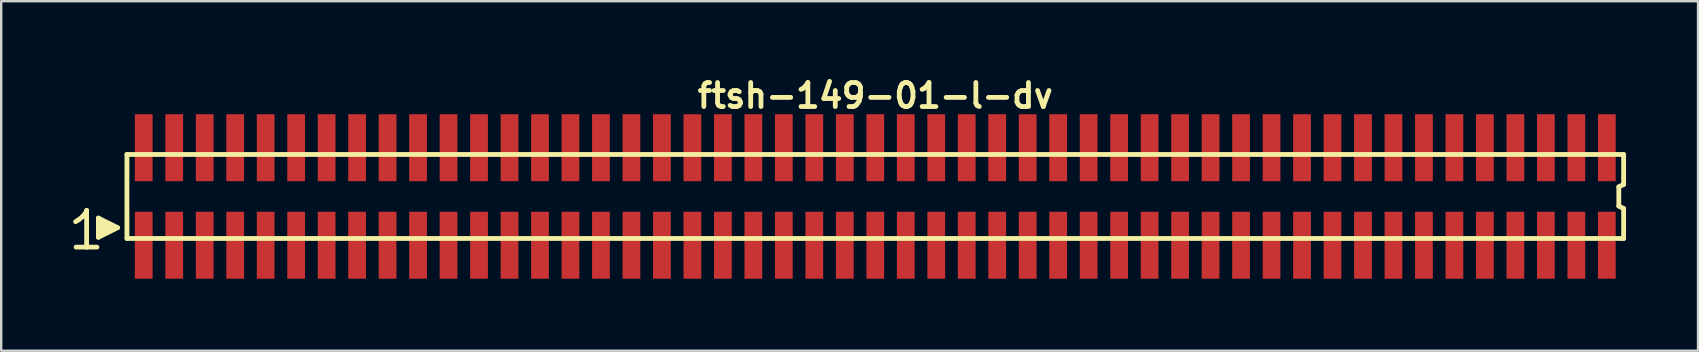
<source format=kicad_pcb>
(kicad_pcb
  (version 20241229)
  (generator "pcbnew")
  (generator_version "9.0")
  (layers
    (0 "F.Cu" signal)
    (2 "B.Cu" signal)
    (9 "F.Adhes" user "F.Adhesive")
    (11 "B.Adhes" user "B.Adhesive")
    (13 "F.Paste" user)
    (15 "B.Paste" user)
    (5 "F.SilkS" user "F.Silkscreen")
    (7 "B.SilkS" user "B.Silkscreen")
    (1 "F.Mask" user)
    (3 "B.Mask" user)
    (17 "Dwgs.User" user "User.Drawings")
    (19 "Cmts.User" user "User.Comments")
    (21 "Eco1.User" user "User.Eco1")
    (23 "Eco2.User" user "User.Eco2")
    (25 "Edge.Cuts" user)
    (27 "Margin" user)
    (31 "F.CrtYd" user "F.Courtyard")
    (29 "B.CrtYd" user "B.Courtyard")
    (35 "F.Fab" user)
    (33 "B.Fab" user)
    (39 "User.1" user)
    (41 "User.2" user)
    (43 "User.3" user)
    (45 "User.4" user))
  (footprint "ftsh-149-01-l-dv"
    (layer "F.Cu")
    (at 33.419 5.136)
    (property "Reference" "ftsh-149-01-l-dv" (at 0 -4.2 0) (layer "F.SilkS") (effects (font (size 1 1) (thickness 0.2))))
    (attr through_hole)
    (fp_line (start -33.32 1.05) (end -33.19 0.97) (stroke (width 0.198) (type solid)) (layer "F.SilkS"))
    (fp_line (start -33.19 0.97) (end -33.03 0.84) (stroke (width 0.198) (type solid)) (layer "F.SilkS"))
    (fp_line (start -33.03 0.84) (end -32.89 0.67) (stroke (width 0.198) (type solid)) (layer "F.SilkS"))
    (fp_line (start -32.89 0.67) (end -32.86 0.58) (stroke (width 0.198) (type solid)) (layer "F.SilkS"))
    (fp_line (start -32.86 0.58) (end -32.86 2.11) (stroke (width 0.198) (type solid)) (layer "F.SilkS"))
    (fp_line (start -32.86 2.11) (end -33.3 2.11) (stroke (width 0.198) (type solid)) (layer "F.SilkS"))
    (fp_line (start -32.43 2.11) (end -32.87 2.11) (stroke (width 0.198) (type solid)) (layer "F.SilkS"))
    (fp_line (start -32.37 0.9) (end -31.57 1.3) (stroke (width 0.198) (type solid)) (layer "F.SilkS"))
    (fp_line (start -32.37 1.7) (end -32.37 0.9) (stroke (width 0.198) (type solid)) (layer "F.SilkS"))
    (fp_line (start -32.27 1.6) (end -32.27 1) (stroke (width 0.198) (type solid)) (layer "F.SilkS"))
    (fp_line (start -32.17 1.1) (end -32.17 1.5) (stroke (width 0.198) (type solid)) (layer "F.SilkS"))
    (fp_line (start -32.07 1.5) (end -32.07 1.1) (stroke (width 0.198) (type solid)) (layer "F.SilkS"))
    (fp_line (start -31.97 1.2) (end -31.97 1.4) (stroke (width 0.198) (type solid)) (layer "F.SilkS"))
    (fp_line (start -31.87 1.4) (end -31.87 1.2) (stroke (width 0.198) (type solid)) (layer "F.SilkS"))
    (fp_line (start -31.57 1.3) (end -32.37 1.7) (stroke (width 0.198) (type solid)) (layer "F.SilkS"))
    (fp_line (start -31.18 -1.75) (end -31.18 1.75) (stroke (width 0.2) (type solid)) (layer "F.SilkS"))
    (fp_line (start -31.18 -1.75) (end 31.18 -1.75) (stroke (width 0.2) (type solid)) (layer "F.SilkS"))
    (fp_line (start -31.18 1.75) (end 31.18 1.75) (stroke (width 0.2) (type solid)) (layer "F.SilkS"))
    (fp_line (start 30.98 -0.4) (end 30.98 0.4) (stroke (width 0.2) (type solid)) (layer "F.SilkS"))
    (fp_line (start 30.98 -0.4) (end 31.18 -0.5) (stroke (width 0.2) (type solid)) (layer "F.SilkS"))
    (fp_line (start 30.98 0.4) (end 31.18 0.5) (stroke (width 0.2) (type solid)) (layer "F.SilkS"))
    (fp_line (start 31.18 -0.5) (end 31.18 -1.75) (stroke (width 0.2) (type solid)) (layer "F.SilkS"))
    (fp_line (start 31.18 0.5) (end 31.18 1.75) (stroke (width 0.2) (type solid)) (layer "F.SilkS"))
    (pad "1" smd rect (at -30.48 2.032) (size 0.74 2.79) (layers "F.Cu" "F.Mask" "F.Paste"))
    (pad "2" smd rect (at -30.48 -2.032) (size 0.74 2.79) (layers "F.Cu" "F.Mask" "F.Paste"))
    (pad "3" smd rect (at -29.21 2.032) (size 0.74 2.79) (layers "F.Cu" "F.Mask" "F.Paste"))
    (pad "4" smd rect (at -29.21 -2.032) (size 0.74 2.79) (layers "F.Cu" "F.Mask" "F.Paste"))
    (pad "5" smd rect (at -27.94 2.032) (size 0.74 2.79) (layers "F.Cu" "F.Mask" "F.Paste"))
    (pad "6" smd rect (at -27.94 -2.032) (size 0.74 2.79) (layers "F.Cu" "F.Mask" "F.Paste"))
    (pad "7" smd rect (at -26.67 2.032) (size 0.74 2.79) (layers "F.Cu" "F.Mask" "F.Paste"))
    (pad "8" smd rect (at -26.67 -2.032) (size 0.74 2.79) (layers "F.Cu" "F.Mask" "F.Paste"))
    (pad "9" smd rect (at -25.4 2.032) (size 0.74 2.79) (layers "F.Cu" "F.Mask" "F.Paste"))
    (pad "10" smd rect (at -25.4 -2.032) (size 0.74 2.79) (layers "F.Cu" "F.Mask" "F.Paste"))
    (pad "11" smd rect (at -24.13 2.032) (size 0.74 2.79) (layers "F.Cu" "F.Mask" "F.Paste"))
    (pad "12" smd rect (at -24.13 -2.032) (size 0.74 2.79) (layers "F.Cu" "F.Mask" "F.Paste"))
    (pad "13" smd rect (at -22.86 2.032) (size 0.74 2.79) (layers "F.Cu" "F.Mask" "F.Paste"))
    (pad "14" smd rect (at -22.86 -2.032) (size 0.74 2.79) (layers "F.Cu" "F.Mask" "F.Paste"))
    (pad "15" smd rect (at -21.59 2.032) (size 0.74 2.79) (layers "F.Cu" "F.Mask" "F.Paste"))
    (pad "16" smd rect (at -21.59 -2.032) (size 0.74 2.79) (layers "F.Cu" "F.Mask" "F.Paste"))
    (pad "17" smd rect (at -20.32 2.032) (size 0.74 2.79) (layers "F.Cu" "F.Mask" "F.Paste"))
    (pad "18" smd rect (at -20.32 -2.032) (size 0.74 2.79) (layers "F.Cu" "F.Mask" "F.Paste"))
    (pad "19" smd rect (at -19.05 2.032) (size 0.74 2.79) (layers "F.Cu" "F.Mask" "F.Paste"))
    (pad "20" smd rect (at -19.05 -2.032) (size 0.74 2.79) (layers "F.Cu" "F.Mask" "F.Paste"))
    (pad "21" smd rect (at -17.78 2.032) (size 0.74 2.79) (layers "F.Cu" "F.Mask" "F.Paste"))
    (pad "22" smd rect (at -17.78 -2.032) (size 0.74 2.79) (layers "F.Cu" "F.Mask" "F.Paste"))
    (pad "23" smd rect (at -16.51 2.032) (size 0.74 2.79) (layers "F.Cu" "F.Mask" "F.Paste"))
    (pad "24" smd rect (at -16.51 -2.032) (size 0.74 2.79) (layers "F.Cu" "F.Mask" "F.Paste"))
    (pad "25" smd rect (at -15.24 2.032) (size 0.74 2.79) (layers "F.Cu" "F.Mask" "F.Paste"))
    (pad "26" smd rect (at -15.24 -2.032) (size 0.74 2.79) (layers "F.Cu" "F.Mask" "F.Paste"))
    (pad "27" smd rect (at -13.97 2.032) (size 0.74 2.79) (layers "F.Cu" "F.Mask" "F.Paste"))
    (pad "28" smd rect (at -13.97 -2.032) (size 0.74 2.79) (layers "F.Cu" "F.Mask" "F.Paste"))
    (pad "29" smd rect (at -12.7 2.032) (size 0.74 2.79) (layers "F.Cu" "F.Mask" "F.Paste"))
    (pad "30" smd rect (at -12.7 -2.032) (size 0.74 2.79) (layers "F.Cu" "F.Mask" "F.Paste"))
    (pad "31" smd rect (at -11.43 2.032) (size 0.74 2.79) (layers "F.Cu" "F.Mask" "F.Paste"))
    (pad "32" smd rect (at -11.43 -2.032) (size 0.74 2.79) (layers "F.Cu" "F.Mask" "F.Paste"))
    (pad "33" smd rect (at -10.16 2.032) (size 0.74 2.79) (layers "F.Cu" "F.Mask" "F.Paste"))
    (pad "34" smd rect (at -10.16 -2.032) (size 0.74 2.79) (layers "F.Cu" "F.Mask" "F.Paste"))
    (pad "35" smd rect (at -8.89 2.032) (size 0.74 2.79) (layers "F.Cu" "F.Mask" "F.Paste"))
    (pad "36" smd rect (at -8.89 -2.032) (size 0.74 2.79) (layers "F.Cu" "F.Mask" "F.Paste"))
    (pad "37" smd rect (at -7.62 2.032) (size 0.74 2.79) (layers "F.Cu" "F.Mask" "F.Paste"))
    (pad "38" smd rect (at -7.62 -2.032) (size 0.74 2.79) (layers "F.Cu" "F.Mask" "F.Paste"))
    (pad "39" smd rect (at -6.35 2.032) (size 0.74 2.79) (layers "F.Cu" "F.Mask" "F.Paste"))
    (pad "40" smd rect (at -6.35 -2.032) (size 0.74 2.79) (layers "F.Cu" "F.Mask" "F.Paste"))
    (pad "41" smd rect (at -5.08 2.032) (size 0.74 2.79) (layers "F.Cu" "F.Mask" "F.Paste"))
    (pad "42" smd rect (at -5.08 -2.032) (size 0.74 2.79) (layers "F.Cu" "F.Mask" "F.Paste"))
    (pad "43" smd rect (at -3.81 2.032) (size 0.74 2.79) (layers "F.Cu" "F.Mask" "F.Paste"))
    (pad "44" smd rect (at -3.81 -2.032) (size 0.74 2.79) (layers "F.Cu" "F.Mask" "F.Paste"))
    (pad "45" smd rect (at -2.54 2.032) (size 0.74 2.79) (layers "F.Cu" "F.Mask" "F.Paste"))
    (pad "46" smd rect (at -2.54 -2.032) (size 0.74 2.79) (layers "F.Cu" "F.Mask" "F.Paste"))
    (pad "47" smd rect (at -1.27 2.032) (size 0.74 2.79) (layers "F.Cu" "F.Mask" "F.Paste"))
    (pad "48" smd rect (at -1.27 -2.032) (size 0.74 2.79) (layers "F.Cu" "F.Mask" "F.Paste"))
    (pad "49" smd rect (at 0 2.032) (size 0.74 2.79) (layers "F.Cu" "F.Mask" "F.Paste"))
    (pad "50" smd rect (at 0 -2.032) (size 0.74 2.79) (layers "F.Cu" "F.Mask" "F.Paste"))
    (pad "51" smd rect (at 1.27 2.032) (size 0.74 2.79) (layers "F.Cu" "F.Mask" "F.Paste"))
    (pad "52" smd rect (at 1.27 -2.032) (size 0.74 2.79) (layers "F.Cu" "F.Mask" "F.Paste"))
    (pad "53" smd rect (at 2.54 2.032) (size 0.74 2.79) (layers "F.Cu" "F.Mask" "F.Paste"))
    (pad "54" smd rect (at 2.54 -2.032) (size 0.74 2.79) (layers "F.Cu" "F.Mask" "F.Paste"))
    (pad "55" smd rect (at 3.81 2.032) (size 0.74 2.79) (layers "F.Cu" "F.Mask" "F.Paste"))
    (pad "56" smd rect (at 3.81 -2.032) (size 0.74 2.79) (layers "F.Cu" "F.Mask" "F.Paste"))
    (pad "57" smd rect (at 5.08 2.032) (size 0.74 2.79) (layers "F.Cu" "F.Mask" "F.Paste"))
    (pad "58" smd rect (at 5.08 -2.032) (size 0.74 2.79) (layers "F.Cu" "F.Mask" "F.Paste"))
    (pad "59" smd rect (at 6.35 2.032) (size 0.74 2.79) (layers "F.Cu" "F.Mask" "F.Paste"))
    (pad "60" smd rect (at 6.35 -2.032) (size 0.74 2.79) (layers "F.Cu" "F.Mask" "F.Paste"))
    (pad "61" smd rect (at 7.62 2.032) (size 0.74 2.79) (layers "F.Cu" "F.Mask" "F.Paste"))
    (pad "62" smd rect (at 7.62 -2.032) (size 0.74 2.79) (layers "F.Cu" "F.Mask" "F.Paste"))
    (pad "63" smd rect (at 8.89 2.032) (size 0.74 2.79) (layers "F.Cu" "F.Mask" "F.Paste"))
    (pad "64" smd rect (at 8.89 -2.032) (size 0.74 2.79) (layers "F.Cu" "F.Mask" "F.Paste"))
    (pad "65" smd rect (at 10.16 2.032) (size 0.74 2.79) (layers "F.Cu" "F.Mask" "F.Paste"))
    (pad "66" smd rect (at 10.16 -2.032) (size 0.74 2.79) (layers "F.Cu" "F.Mask" "F.Paste"))
    (pad "67" smd rect (at 11.43 2.032) (size 0.74 2.79) (layers "F.Cu" "F.Mask" "F.Paste"))
    (pad "68" smd rect (at 11.43 -2.032) (size 0.74 2.79) (layers "F.Cu" "F.Mask" "F.Paste"))
    (pad "69" smd rect (at 12.7 2.032) (size 0.74 2.79) (layers "F.Cu" "F.Mask" "F.Paste"))
    (pad "70" smd rect (at 12.7 -2.032) (size 0.74 2.79) (layers "F.Cu" "F.Mask" "F.Paste"))
    (pad "71" smd rect (at 13.97 2.032) (size 0.74 2.79) (layers "F.Cu" "F.Mask" "F.Paste"))
    (pad "72" smd rect (at 13.97 -2.032) (size 0.74 2.79) (layers "F.Cu" "F.Mask" "F.Paste"))
    (pad "73" smd rect (at 15.24 2.032) (size 0.74 2.79) (layers "F.Cu" "F.Mask" "F.Paste"))
    (pad "74" smd rect (at 15.24 -2.032) (size 0.74 2.79) (layers "F.Cu" "F.Mask" "F.Paste"))
    (pad "75" smd rect (at 16.51 2.032) (size 0.74 2.79) (layers "F.Cu" "F.Mask" "F.Paste"))
    (pad "76" smd rect (at 16.51 -2.032) (size 0.74 2.79) (layers "F.Cu" "F.Mask" "F.Paste"))
    (pad "77" smd rect (at 17.78 2.032) (size 0.74 2.79) (layers "F.Cu" "F.Mask" "F.Paste"))
    (pad "78" smd rect (at 17.78 -2.032) (size 0.74 2.79) (layers "F.Cu" "F.Mask" "F.Paste"))
    (pad "79" smd rect (at 19.05 2.032) (size 0.74 2.79) (layers "F.Cu" "F.Mask" "F.Paste"))
    (pad "80" smd rect (at 19.05 -2.032) (size 0.74 2.79) (layers "F.Cu" "F.Mask" "F.Paste"))
    (pad "81" smd rect (at 20.32 2.032) (size 0.74 2.79) (layers "F.Cu" "F.Mask" "F.Paste"))
    (pad "82" smd rect (at 20.32 -2.032) (size 0.74 2.79) (layers "F.Cu" "F.Mask" "F.Paste"))
    (pad "83" smd rect (at 21.59 2.032) (size 0.74 2.79) (layers "F.Cu" "F.Mask" "F.Paste"))
    (pad "84" smd rect (at 21.59 -2.032) (size 0.74 2.79) (layers "F.Cu" "F.Mask" "F.Paste"))
    (pad "85" smd rect (at 22.86 2.032) (size 0.74 2.79) (layers "F.Cu" "F.Mask" "F.Paste"))
    (pad "86" smd rect (at 22.86 -2.032) (size 0.74 2.79) (layers "F.Cu" "F.Mask" "F.Paste"))
    (pad "87" smd rect (at 24.13 2.032) (size 0.74 2.79) (layers "F.Cu" "F.Mask" "F.Paste"))
    (pad "88" smd rect (at 24.13 -2.032) (size 0.74 2.79) (layers "F.Cu" "F.Mask" "F.Paste"))
    (pad "89" smd rect (at 25.4 2.032) (size 0.74 2.79) (layers "F.Cu" "F.Mask" "F.Paste"))
    (pad "90" smd rect (at 25.4 -2.032) (size 0.74 2.79) (layers "F.Cu" "F.Mask" "F.Paste"))
    (pad "91" smd rect (at 26.67 2.032) (size 0.74 2.79) (layers "F.Cu" "F.Mask" "F.Paste"))
    (pad "92" smd rect (at 26.67 -2.032) (size 0.74 2.79) (layers "F.Cu" "F.Mask" "F.Paste"))
    (pad "93" smd rect (at 27.94 2.032) (size 0.74 2.79) (layers "F.Cu" "F.Mask" "F.Paste"))
    (pad "94" smd rect (at 27.94 -2.032) (size 0.74 2.79) (layers "F.Cu" "F.Mask" "F.Paste"))
    (pad "95" smd rect (at 29.21 2.032) (size 0.74 2.79) (layers "F.Cu" "F.Mask" "F.Paste"))
    (pad "96" smd rect (at 29.21 -2.032) (size 0.74 2.79) (layers "F.Cu" "F.Mask" "F.Paste"))
    (pad "97" smd rect (at 30.48 2.032) (size 0.74 2.79) (layers "F.Cu" "F.Mask" "F.Paste"))
    (pad "98" smd rect (at 30.48 -2.032) (size 0.74 2.79) (layers "F.Cu" "F.Mask" "F.Paste")))
  (gr_rect
    (start -3 -3)
    (end 67.699 11.563)
    (stroke (width 0.1) (type default))
    (fill no)
    (layer "Edge.Cuts")))
</source>
